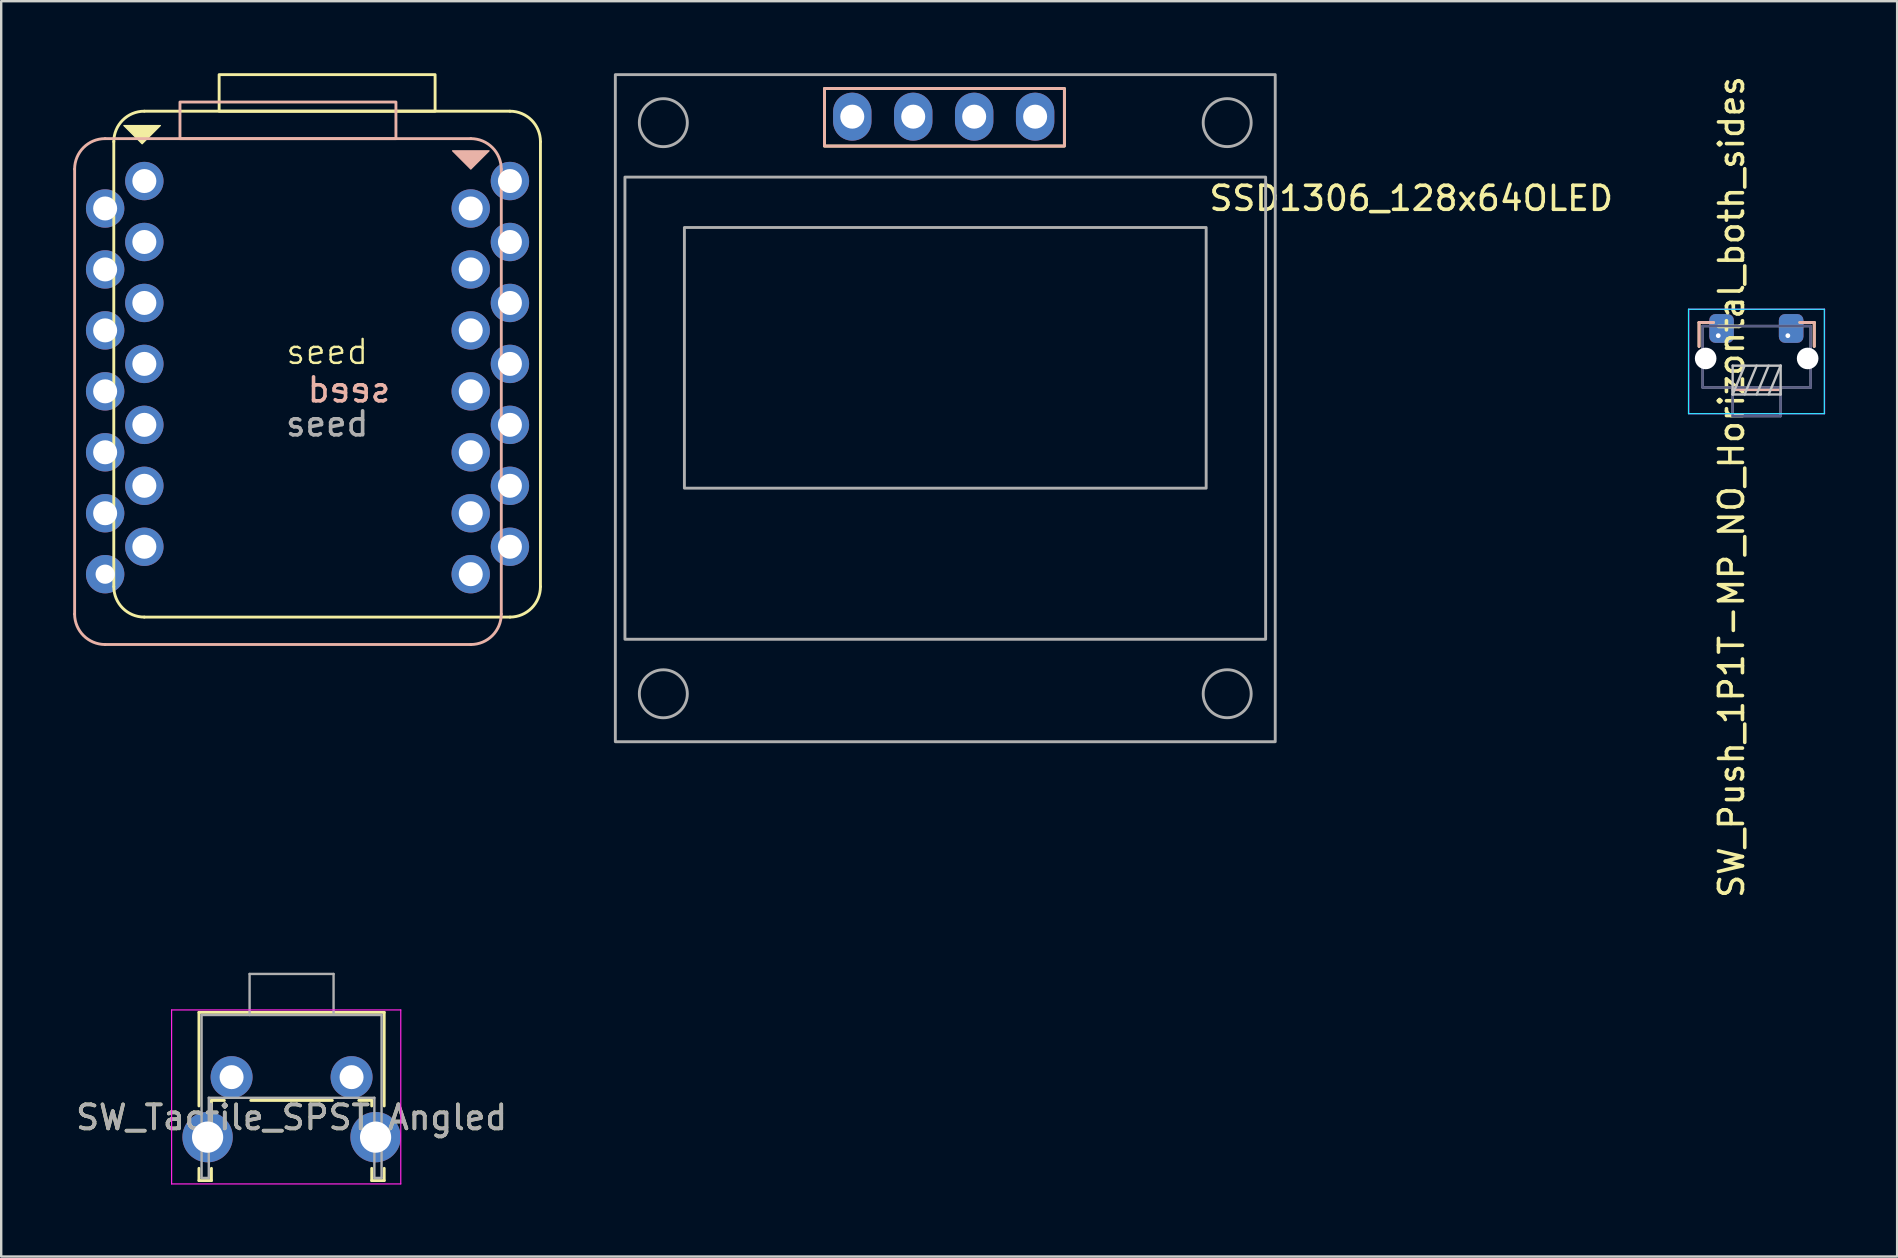
<source format=kicad_pcb>
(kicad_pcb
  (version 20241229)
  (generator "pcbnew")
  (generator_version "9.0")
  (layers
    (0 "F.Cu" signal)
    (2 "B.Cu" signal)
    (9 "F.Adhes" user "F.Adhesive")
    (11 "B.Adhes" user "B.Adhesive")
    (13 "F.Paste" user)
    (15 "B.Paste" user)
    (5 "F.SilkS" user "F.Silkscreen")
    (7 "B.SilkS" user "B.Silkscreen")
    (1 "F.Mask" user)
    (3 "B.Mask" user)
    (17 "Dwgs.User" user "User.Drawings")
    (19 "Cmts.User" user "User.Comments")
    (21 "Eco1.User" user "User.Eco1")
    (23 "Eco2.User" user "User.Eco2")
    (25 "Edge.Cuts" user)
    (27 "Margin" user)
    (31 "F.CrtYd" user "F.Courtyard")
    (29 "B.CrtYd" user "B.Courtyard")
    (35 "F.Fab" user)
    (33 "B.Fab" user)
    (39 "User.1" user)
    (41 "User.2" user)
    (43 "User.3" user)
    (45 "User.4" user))
  (footprint "SW_Push_1P1T-MP_NO_Horizontal_both_sides"
    (layer "F.Cu")
    (at 70.155 11.888)
    (property "Reference" "SW_Push_1P1T-MP_NO_Horizontal_both_sides" (at -1.046 5.356 270) (layer "F.SilkS") (effects (font (size 1 1) (thickness 0.15))))
    (attr smd)
    (fp_line (start -2.4 -1.5) (end -2.4 -0.5) (stroke (width 0.12) (type solid)) (layer "F.SilkS"))
    (fp_line (start -1.8 -1.5) (end -2.4 -1.5) (stroke (width 0.12) (type solid)) (layer "F.SilkS"))
    (fp_line (start -1 1.3) (end 1 1.3) (stroke (width 0.12) (type solid)) (layer "F.SilkS"))
    (fp_line (start 1.8 -1.5) (end 2.4 -1.5) (stroke (width 0.12) (type solid)) (layer "F.SilkS"))
    (fp_line (start 2.4 -1.5) (end 2.4 -0.5) (stroke (width 0.12) (type solid)) (layer "F.SilkS"))
    (fp_line (start -2.4 -1.5) (end -2.4 -0.5) (stroke (width 0.12) (type solid)) (layer "B.SilkS"))
    (fp_line (start -1.8 -1.5) (end -2.4 -1.5) (stroke (width 0.12) (type solid)) (layer "B.SilkS"))
    (fp_line (start 1 1.3) (end -1 1.3) (stroke (width 0.12) (type solid)) (layer "B.SilkS"))
    (fp_line (start 1.8 -1.5) (end 2.4 -1.5) (stroke (width 0.12) (type solid)) (layer "B.SilkS"))
    (fp_line (start 2.4 -1.5) (end 2.4 -0.5) (stroke (width 0.12) (type solid)) (layer "B.SilkS"))
    (fp_line (start -1 0.3) (end -1 1.5) (stroke (width 0.1) (type solid)) (layer "Dwgs.User"))
    (fp_line (start -1 1.5) (end -0.5 0.3) (stroke (width 0.1) (type solid)) (layer "Dwgs.User"))
    (fp_line (start -1 1.5) (end 1 1.5) (stroke (width 0.1) (type solid)) (layer "Dwgs.User"))
    (fp_line (start -0.5 1.5) (end 0 0.3) (stroke (width 0.1) (type solid)) (layer "Dwgs.User"))
    (fp_line (start 0 1.5) (end 0.5 0.3) (stroke (width 0.1) (type solid)) (layer "Dwgs.User"))
    (fp_line (start 0.5 1.5) (end 1 0.3) (stroke (width 0.1) (type solid)) (layer "Dwgs.User"))
    (fp_line (start 1 0.3) (end -1 0.3) (stroke (width 0.1) (type solid)) (layer "Dwgs.User"))
    (fp_line (start 1 1.5) (end 1 0.3) (stroke (width 0.1) (type solid)) (layer "Dwgs.User"))
    (fp_line (start -2.84 -2.05) (end -2.84 2.3) (stroke (width 0.05) (type solid)) (layer "B.CrtYd"))
    (fp_line (start 2.82 -2.05) (end -2.84 -2.05) (stroke (width 0.05) (type solid)) (layer "B.CrtYd"))
    (fp_line (start 2.82 -2.05) (end 2.82 2.3) (stroke (width 0.05) (type solid)) (layer "B.CrtYd"))
    (fp_line (start 2.82 2.3) (end -2.84 2.3) (stroke (width 0.05) (type solid)) (layer "B.CrtYd"))
    (fp_line (start -2.83 -2.05) (end -2.83 2.3) (stroke (width 0.05) (type solid)) (layer "F.CrtYd"))
    (fp_line (start -2.83 -2.05) (end 2.83 -2.05) (stroke (width 0.05) (type solid)) (layer "F.CrtYd"))
    (fp_line (start -2.83 2.3) (end 2.83 2.3) (stroke (width 0.05) (type solid)) (layer "F.CrtYd"))
    (fp_line (start 2.83 -2.05) (end 2.83 2.3) (stroke (width 0.05) (type solid)) (layer "F.CrtYd"))
    (fp_line (start -2.25 -1.35) (end -2.25 1.21) (stroke (width 0.1) (type solid)) (layer "B.Fab"))
    (fp_line (start -1 2.4) (end -1 1.21) (stroke (width 0.1) (type solid)) (layer "B.Fab"))
    (fp_line (start 1 2.4) (end -1 2.4) (stroke (width 0.1) (type solid)) (layer "B.Fab"))
    (fp_line (start 1 2.4) (end 1 1.21) (stroke (width 0.1) (type solid)) (layer "B.Fab"))
    (fp_line (start 2.25 -1.35) (end -2.25 -1.35) (stroke (width 0.1) (type solid)) (layer "B.Fab"))
    (fp_line (start 2.25 -1.35) (end 2.25 1.21) (stroke (width 0.1) (type solid)) (layer "B.Fab"))
    (fp_line (start 2.25 1.21) (end -2.25 1.21) (stroke (width 0.1) (type solid)) (layer "B.Fab"))
    (fp_line (start -2.25 -1.35) (end -2.25 1.21) (stroke (width 0.1) (type solid)) (layer "F.Fab"))
    (fp_line (start -2.25 -1.35) (end 2.25 -1.35) (stroke (width 0.1) (type solid)) (layer "F.Fab"))
    (fp_line (start -2.25 1.21) (end 2.25 1.21) (stroke (width 0.1) (type solid)) (layer "F.Fab"))
    (fp_line (start -1 2.4) (end -1 1.21) (stroke (width 0.1) (type solid)) (layer "F.Fab"))
    (fp_line (start -1 2.4) (end 1 2.4) (stroke (width 0.1) (type solid)) (layer "F.Fab"))
    (fp_line (start 1 2.4) (end 1 1.21) (stroke (width 0.1) (type solid)) (layer "F.Fab"))
    (fp_line (start 2.25 -1.35) (end 2.25 1.21) (stroke (width 0.1) (type solid)) (layer "F.Fab"))
    (pad "" np_thru_hole circle (at -2.125 0) (size 0.9 0.9) (drill 0.9) (layers "*.Cu" "*.Mask"))
    (pad "" np_thru_hole circle (at 2.125 0) (size 0.9 0.9) (drill 0.9) (layers "*.Cu" "*.Mask"))
    (pad "1" thru_hole roundrect (at -1.6 -0.95) (size 1.025 1.2) (drill 0.2 (offset 0.138 -0.3)) (layers "*.Cu" "*.Mask") (roundrect_rratio 0.25))
    (pad "2" thru_hole roundrect (at 1.3 -0.95) (size 1.025 1.2) (drill 0.2 (offset 0.138 -0.3)) (layers "*.Cu" "*.Mask") (roundrect_rratio 0.25)))
  (footprint "seed"
    (layer "F.Cu")
    (at 10.585 12.115)
    (property "Reference" "seed" (at 0 -0.5 0) (unlocked yes) (layer "F.SilkS") (effects (font (size 1 1) (thickness 0.1))))
    (attr through_hole)
    (fp_line (start -8.893 9.281) (end -8.893 -9.261) (stroke (width 0.12) (type solid)) (layer "F.SilkS"))
    (fp_line (start -7.622 -10.531) (end 7.617 -10.531) (stroke (width 0.12) (type solid)) (layer "F.SilkS"))
    (fp_line (start 7.617 10.551) (end -7.622 10.551) (stroke (width 0.12) (type solid)) (layer "F.SilkS"))
    (fp_line (start 8.887 -9.261) (end 8.887 9.281) (stroke (width 0.12) (type solid)) (layer "F.SilkS"))
    (fp_rect (start -4.503 -10.531) (end 4.497 -12.055) (stroke (width 0.12) (type solid)) (fill no) (layer "F.SilkS"))
    (fp_arc (start -8.8925 -9.261) (mid -8.520526 -10.159026) (end -7.6225 -10.531) (stroke (width 0.12) (type solid)) (layer "F.SilkS"))
    (fp_arc (start -7.6225 10.551) (mid -8.520526 10.179026) (end -8.8925 9.281) (stroke (width 0.12) (type solid)) (layer "F.SilkS"))
    (fp_arc (start 7.6175 -10.531) (mid 8.515517 -10.159019) (end 8.8875 -9.261) (stroke (width 0.12) (type solid)) (layer "F.SilkS"))
    (fp_arc (start 8.8875 9.281) (mid 8.515528 10.179028) (end 7.6175 10.551) (stroke (width 0.12) (type solid)) (layer "F.SilkS"))
    (fp_poly (pts (xy -7.712 -9.172) (xy -8.474 -9.934) (xy -6.95 -9.934)) (stroke (width 0.05) (type solid)) (fill yes) (layer "F.SilkS"))
    (fp_line (start -10.525 -8.118) (end -10.525 10.424) (stroke (width 0.12) (type solid)) (layer "B.SilkS"))
    (fp_line (start -9.255 11.694) (end 5.985 11.694) (stroke (width 0.12) (type solid)) (layer "B.SilkS"))
    (fp_line (start 5.985 -9.388) (end -9.255 -9.388) (stroke (width 0.12) (type solid)) (layer "B.SilkS"))
    (fp_line (start 7.255 10.424) (end 7.255 -8.118) (stroke (width 0.12) (type solid)) (layer "B.SilkS"))
    (fp_rect (start 2.865 -9.388) (end -6.135 -10.912) (stroke (width 0.12) (type solid)) (fill no) (layer "B.SilkS"))
    (fp_arc (start -10.525445 -8.118) (mid -10.153463 -9.016018) (end -9.255445 -9.388) (stroke (width 0.12) (type solid)) (layer "B.SilkS"))
    (fp_arc (start -9.255445 11.694) (mid -10.153473 11.322028) (end -10.525445 10.424) (stroke (width 0.12) (type solid)) (layer "B.SilkS"))
    (fp_arc (start 5.984555 -9.388) (mid 6.882581 -9.016026) (end 7.254555 -8.118) (stroke (width 0.12) (type solid)) (layer "B.SilkS"))
    (fp_arc (start 7.254555 10.424) (mid 6.88258 11.322024) (end 5.984555 11.694) (stroke (width 0.12) (type solid)) (layer "B.SilkS"))
    (fp_poly (pts (xy 5.985 -8.118) (xy 6.747 -8.88) (xy 5.223 -8.88)) (stroke (width 0.05) (type solid)) (fill yes) (layer "B.SilkS"))
    (fp_text user "${REFERENCE}" (at 0.907 1.084 0) (unlocked yes) (layer "B.SilkS") (effects (font (size 1 1) (thickness 0.15)) (justify mirror)))
    (fp_text user "${REFERENCE}" (at 0 2.5 0) (unlocked yes) (layer "F.Fab") (effects (font (size 1 1) (thickness 0.15))))
    (pad "1" thru_hole circle (at -7.62 -7.62) (size 1.6 1.6) (drill 1) (layers "*.Cu" "*.Mask"))
    (pad "1" thru_hole circle (at 5.982 -6.477) (size 1.6 1.6) (drill 1) (layers "*.Cu" "*.Mask"))
    (pad "2" thru_hole circle (at -7.62 -5.08) (size 1.6 1.6) (drill 1) (layers "*.Cu" "*.Mask"))
    (pad "2" thru_hole circle (at 5.982 -3.937) (size 1.6 1.6) (drill 1) (layers "*.Cu" "*.Mask"))
    (pad "3" thru_hole circle (at -7.62 -2.54) (size 1.6 1.6) (drill 1) (layers "*.Cu" "*.Mask"))
    (pad "3" thru_hole circle (at 5.982 -1.397) (size 1.6 1.6) (drill 1) (layers "*.Cu" "*.Mask"))
    (pad "4" thru_hole circle (at -7.62 0) (size 1.6 1.6) (drill 1) (layers "*.Cu" "*.Mask"))
    (pad "4" thru_hole circle (at 5.982 1.143) (size 1.6 1.6) (drill 1) (layers "*.Cu" "*.Mask"))
    (pad "5" thru_hole circle (at -7.62 2.54) (size 1.6 1.6) (drill 1) (layers "*.Cu" "*.Mask"))
    (pad "5" thru_hole circle (at 5.982 3.683) (size 1.6 1.6) (drill 1) (layers "*.Cu" "*.Mask"))
    (pad "6" thru_hole circle (at -7.62 5.08) (size 1.6 1.6) (drill 1) (layers "*.Cu" "*.Mask"))
    (pad "6" thru_hole circle (at 5.982 6.223) (size 1.6 1.6) (drill 1) (layers "*.Cu" "*.Mask"))
    (pad "7" thru_hole circle (at -7.62 7.62) (size 1.6 1.6) (drill 1) (layers "*.Cu" "*.Mask"))
    (pad "7" thru_hole circle (at 5.982 8.763) (size 1.6 1.6) (drill 1) (layers "*.Cu" "*.Mask"))
    (pad "8" thru_hole circle (at -9.253 8.763) (size 1.6 1.6) (drill 0.8) (layers "*.Cu" "*.Mask"))
    (pad "8" thru_hole circle (at 7.615 7.62) (size 1.6 1.6) (drill 1) (layers "*.Cu" "*.Mask"))
    (pad "9" thru_hole circle (at -9.253 6.223) (size 1.6 1.6) (drill 1) (layers "*.Cu" "*.Mask"))
    (pad "9" thru_hole circle (at 7.615 5.08) (size 1.6 1.6) (drill 1) (layers "*.Cu" "*.Mask"))
    (pad "10" thru_hole circle (at -9.253 3.683) (size 1.6 1.6) (drill 1) (layers "*.Cu" "*.Mask"))
    (pad "10" thru_hole circle (at 7.615 2.54) (size 1.6 1.6) (drill 1) (layers "*.Cu" "*.Mask"))
    (pad "11" thru_hole circle (at -9.253 1.143) (size 1.6 1.6) (drill 1) (layers "*.Cu" "*.Mask"))
    (pad "11" thru_hole circle (at 7.615 0) (size 1.6 1.6) (drill 1) (layers "*.Cu" "*.Mask"))
    (pad "12" thru_hole circle (at -9.253 -1.397) (size 1.6 1.6) (drill 1) (layers "*.Cu" "*.Mask"))
    (pad "12" thru_hole circle (at 7.615 -2.54) (size 1.6 1.6) (drill 1) (layers "*.Cu" "*.Mask"))
    (pad "13" thru_hole circle (at -9.253 -3.937) (size 1.6 1.6) (drill 1) (layers "*.Cu" "*.Mask"))
    (pad "13" thru_hole circle (at 7.615 -5.08) (size 1.6 1.6) (drill 1) (layers "*.Cu" "*.Mask"))
    (pad "14" thru_hole circle (at -9.253 -6.477) (size 1.6 1.6) (drill 1) (layers "*.Cu" "*.Mask"))
    (pad "14" thru_hole circle (at 7.615 -7.62) (size 1.6 1.6) (drill 1) (layers "*.Cu" "*.Mask")))
  (footprint "SSD1306_128x64OLED"
    (layer "F.Cu")
    (at 36.282 11.862)
    (property "Reference" "SSD1306_128x64OLED" (at 19.479 -6.645 180) (layer "F.SilkS") (effects (font (size 1 1) (thickness 0.15))))
    (attr through_hole)
    (fp_rect (start 5.025 -11.225) (end -4.975 -8.825) (stroke (width 0.12) (type solid)) (fill no) (layer "F.SilkS"))
    (fp_rect (start -4.975 -11.225) (end 5.025 -8.825) (stroke (width 0.12) (type solid)) (fill no) (layer "B.SilkS"))
    (fp_rect (start -13.689 -11.802) (end 13.811 15.998) (stroke (width 0.12) (type solid)) (fill no) (layer "F.Fab"))
    (fp_rect (start -13.289 -7.532) (end 13.411 11.728) (stroke (width 0.12) (type solid)) (fill no) (layer "F.Fab"))
    (fp_rect (start -10.811 5.432) (end 10.933 -5.432) (stroke (width 0.12) (type solid)) (fill no) (layer "F.Fab"))
    (fp_circle (center -11.689 -9.8) (end -10.689 -9.8) (stroke (width 0.12) (type solid)) (fill no) (layer "F.Fab"))
    (fp_circle (center -11.689 14) (end -10.689 14) (stroke (width 0.12) (type solid)) (fill no) (layer "F.Fab"))
    (fp_circle (center 11.809 -9.802) (end 12.809 -9.802) (stroke (width 0.12) (type solid)) (fill no) (layer "F.Fab"))
    (fp_circle (center 11.809 13.998) (end 12.809 13.998) (stroke (width 0.12) (type solid)) (fill no) (layer "F.Fab"))
    (pad "1" thru_hole oval (at -3.815 -10.05 90) (size 2 1.6) (drill 1) (layers "*.Cu" "*.Mask"))
    (pad "2" thru_hole oval (at -1.275 -10.05 90) (size 2 1.6) (drill 1) (layers "*.Cu" "*.Mask"))
    (pad "3" thru_hole oval (at 1.265 -10.05 90) (size 2 1.6) (drill 1) (layers "*.Cu" "*.Mask"))
    (pad "4" thru_hole oval (at 3.805 -10.05 90) (size 2 1.6) (drill 1) (layers "*.Cu" "*.Mask")))
  (footprint "SW_Tactile_SPST_Angled"
    (layer "F.Cu")
    (at 6.601 41.838)
    (property "Reference" "SW_Tactile_SPST_Angled" (at 2.5 1.68 0) (layer "F.SilkS") (effects (font (size 1 1) (thickness 0.15))))
    (attr through_hole)
    (fp_line (start -1.36 -2.7) (end -1.36 1.2) (stroke (width 0.12) (type solid)) (layer "F.SilkS"))
    (fp_line (start -1.36 -2.7) (end 6.36 -2.7) (stroke (width 0.12) (type solid)) (layer "F.SilkS"))
    (fp_line (start -1.36 3.8) (end -1.36 4.31) (stroke (width 0.12) (type solid)) (layer "F.SilkS"))
    (fp_line (start -1.36 4.31) (end -0.84 4.31) (stroke (width 0.12) (type solid)) (layer "F.SilkS"))
    (fp_line (start -0.84 0.97) (end -0.84 1.2) (stroke (width 0.12) (type solid)) (layer "F.SilkS"))
    (fp_line (start -0.84 0.97) (end -0.3 0.97) (stroke (width 0.12) (type solid)) (layer "F.SilkS"))
    (fp_line (start -0.84 3.8) (end -0.84 4.31) (stroke (width 0.12) (type solid)) (layer "F.SilkS"))
    (fp_line (start 0.8 0.97) (end 4.2 0.97) (stroke (width 0.12) (type solid)) (layer "F.SilkS"))
    (fp_line (start 5.3 0.97) (end 5.84 0.97) (stroke (width 0.12) (type solid)) (layer "F.SilkS"))
    (fp_line (start 5.84 0.97) (end 5.84 1.2) (stroke (width 0.12) (type solid)) (layer "F.SilkS"))
    (fp_line (start 5.84 3.8) (end 5.84 4.31) (stroke (width 0.12) (type solid)) (layer "F.SilkS"))
    (fp_line (start 5.84 4.31) (end 6.36 4.31) (stroke (width 0.12) (type solid)) (layer "F.SilkS"))
    (fp_line (start 6.36 -2.7) (end 6.36 1.2) (stroke (width 0.12) (type solid)) (layer "F.SilkS"))
    (fp_line (start 6.36 3.8) (end 6.36 4.31) (stroke (width 0.12) (type solid)) (layer "F.SilkS"))
    (fp_line (start -2.5 -2.8) (end 7.05 -2.8) (stroke (width 0.05) (type solid)) (layer "F.CrtYd"))
    (fp_line (start -2.5 4.45) (end -2.5 -2.8) (stroke (width 0.05) (type solid)) (layer "F.CrtYd"))
    (fp_line (start 7.05 -2.8) (end 7.05 4.45) (stroke (width 0.05) (type solid)) (layer "F.CrtYd"))
    (fp_line (start 7.05 4.45) (end -2.5 4.45) (stroke (width 0.05) (type solid)) (layer "F.CrtYd"))
    (fp_line (start -1.25 -2.59) (end 6.25 -2.59) (stroke (width 0.1) (type solid)) (layer "F.Fab"))
    (fp_line (start -1.25 4.2) (end -1.25 -2.59) (stroke (width 0.1) (type solid)) (layer "F.Fab"))
    (fp_line (start -1.25 4.2) (end -0.95 4.2) (stroke (width 0.1) (type solid)) (layer "F.Fab"))
    (fp_line (start -0.95 0.86) (end 5.95 0.86) (stroke (width 0.1) (type solid)) (layer "F.Fab"))
    (fp_line (start -0.95 4.2) (end -0.95 0.86) (stroke (width 0.1) (type solid)) (layer "F.Fab"))
    (fp_line (start 0.75 -4.3) (end 0.75 -2.59) (stroke (width 0.1) (type solid)) (layer "F.Fab"))
    (fp_line (start 0.75 -4.3) (end 4.25 -4.3) (stroke (width 0.1) (type solid)) (layer "F.Fab"))
    (fp_line (start 4.25 -4.3) (end 4.25 -2.62) (stroke (width 0.1) (type solid)) (layer "F.Fab"))
    (fp_line (start 5.95 4.2) (end 5.95 0.86) (stroke (width 0.1) (type solid)) (layer "F.Fab"))
    (fp_line (start 5.95 4.2) (end 6.25 4.2) (stroke (width 0.1) (type solid)) (layer "F.Fab"))
    (fp_line (start 6.25 4.2) (end 6.25 -2.59) (stroke (width 0.1) (type solid)) (layer "F.Fab"))
    (fp_text user "${REFERENCE}" (at 2.5 1.68 0) (layer "F.Fab") (effects (font (size 1 1) (thickness 0.15))))
    (pad "" thru_hole circle (at -1 2.5) (size 2.1 2.1) (drill 1.3) (layers "*.Cu" "*.Mask"))
    (pad "" thru_hole circle (at 6 2.5) (size 2.1 2.1) (drill 1.3) (layers "*.Cu" "*.Mask"))
    (pad "1" thru_hole circle (at 0 0) (size 1.75 1.75) (drill 1) (layers "*.Cu" "*.Mask"))
    (pad "2" thru_hole circle (at 5 0) (size 1.75 1.75) (drill 1) (layers "*.Cu" "*.Mask")))
  (gr_rect
    (start -3 -3)
    (end 76.01 49.313)
    (stroke (width 0.1) (type default))
    (fill no)
    (layer "Edge.Cuts")))
</source>
